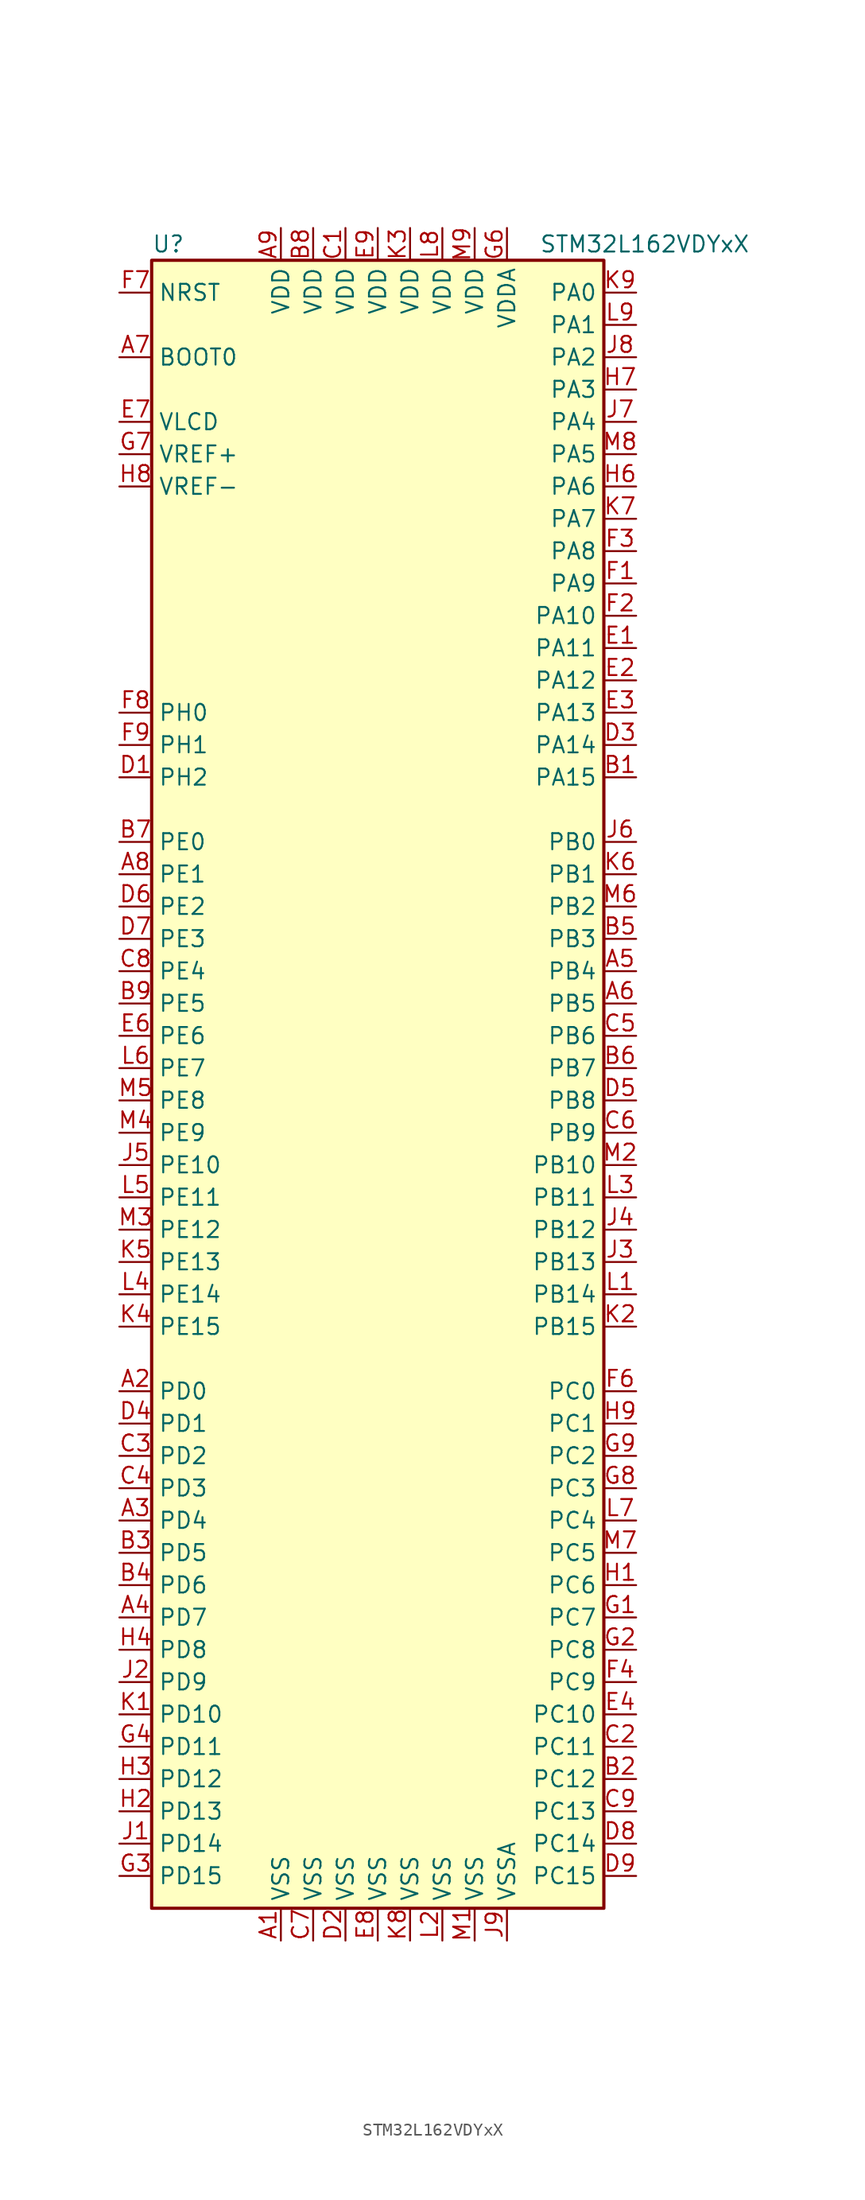
<source format=kicad_sym>
(kicad_symbol_lib
  (version 20201005)
  (generator kicad_symbol_editor)
  (symbol "STM32L162VDYxX"
    (property "Reference" "U"
      (at -17.78 64.77 0)
      (effects (font (size 1.27 1.27)) (justify left)))
    (property "Value" "STM32L162VDYxX"
      (at 12.7 64.77 0)
      (effects (font (size 1.27 1.27)) (justify left)))
    (symbol "STM32L162VDYxX_0_1"
      (rectangle (start -17.78 -66.04) (end 17.78 63.5) (stroke (width 0.254)) (fill (type background))))
    (symbol "STM32L162VDYxX_1_1"
      (pin power_in line (at -7.62 -68.58 90) (length 2.54) (name "VSS" (effects (font (size 1.27 1.27)))) (number "A1" (effects (font (size 1.27 1.27)))))
      (pin bidirectional line (at -20.32 -25.4 0) (length 2.54) (name "PD0" (effects (font (size 1.27 1.27)))) (number "A2" (effects (font (size 1.27 1.27)))))
      (pin bidirectional line (at -20.32 -35.56 0) (length 2.54) (name "PD4" (effects (font (size 1.27 1.27)))) (number "A3" (effects (font (size 1.27 1.27)))))
      (pin bidirectional line (at -20.32 -43.18 0) (length 2.54) (name "PD7" (effects (font (size 1.27 1.27)))) (number "A4" (effects (font (size 1.27 1.27)))))
      (pin bidirectional line (at 20.32 7.62 180) (length 2.54) (name "PB4" (effects (font (size 1.27 1.27)))) (number "A5" (effects (font (size 1.27 1.27)))))
      (pin bidirectional line (at 20.32 5.08 180) (length 2.54) (name "PB5" (effects (font (size 1.27 1.27)))) (number "A6" (effects (font (size 1.27 1.27)))))
      (pin input line (at -20.32 55.88 0) (length 2.54) (name "BOOT0" (effects (font (size 1.27 1.27)))) (number "A7" (effects (font (size 1.27 1.27)))))
      (pin bidirectional line (at -20.32 15.24 0) (length 2.54) (name "PE1" (effects (font (size 1.27 1.27)))) (number "A8" (effects (font (size 1.27 1.27)))))
      (pin power_in line (at -7.62 66.04 270) (length 2.54) (name "VDD" (effects (font (size 1.27 1.27)))) (number "A9" (effects (font (size 1.27 1.27)))))
      (pin bidirectional line (at 20.32 22.86 180) (length 2.54) (name "PA15" (effects (font (size 1.27 1.27)))) (number "B1" (effects (font (size 1.27 1.27)))))
      (pin bidirectional line (at 20.32 -55.88 180) (length 2.54) (name "PC12" (effects (font (size 1.27 1.27)))) (number "B2" (effects (font (size 1.27 1.27)))))
      (pin bidirectional line (at -20.32 -38.1 0) (length 2.54) (name "PD5" (effects (font (size 1.27 1.27)))) (number "B3" (effects (font (size 1.27 1.27)))))
      (pin bidirectional line (at -20.32 -40.64 0) (length 2.54) (name "PD6" (effects (font (size 1.27 1.27)))) (number "B4" (effects (font (size 1.27 1.27)))))
      (pin bidirectional line (at 20.32 10.16 180) (length 2.54) (name "PB3" (effects (font (size 1.27 1.27)))) (number "B5" (effects (font (size 1.27 1.27)))))
      (pin bidirectional line (at 20.32 0 180) (length 2.54) (name "PB7" (effects (font (size 1.27 1.27)))) (number "B6" (effects (font (size 1.27 1.27)))))
      (pin bidirectional line (at -20.32 17.78 0) (length 2.54) (name "PE0" (effects (font (size 1.27 1.27)))) (number "B7" (effects (font (size 1.27 1.27)))))
      (pin power_in line (at -5.08 66.04 270) (length 2.54) (name "VDD" (effects (font (size 1.27 1.27)))) (number "B8" (effects (font (size 1.27 1.27)))))
      (pin bidirectional line (at -20.32 5.08 0) (length 2.54) (name "PE5" (effects (font (size 1.27 1.27)))) (number "B9" (effects (font (size 1.27 1.27)))))
      (pin power_in line (at -2.54 66.04 270) (length 2.54) (name "VDD" (effects (font (size 1.27 1.27)))) (number "C1" (effects (font (size 1.27 1.27)))))
      (pin bidirectional line (at 20.32 -53.34 180) (length 2.54) (name "PC11" (effects (font (size 1.27 1.27)))) (number "C2" (effects (font (size 1.27 1.27)))))
      (pin bidirectional line (at -20.32 -30.48 0) (length 2.54) (name "PD2" (effects (font (size 1.27 1.27)))) (number "C3" (effects (font (size 1.27 1.27)))))
      (pin bidirectional line (at -20.32 -33.02 0) (length 2.54) (name "PD3" (effects (font (size 1.27 1.27)))) (number "C4" (effects (font (size 1.27 1.27)))))
      (pin bidirectional line (at 20.32 2.54 180) (length 2.54) (name "PB6" (effects (font (size 1.27 1.27)))) (number "C5" (effects (font (size 1.27 1.27)))))
      (pin bidirectional line (at 20.32 -5.08 180) (length 2.54) (name "PB9" (effects (font (size 1.27 1.27)))) (number "C6" (effects (font (size 1.27 1.27)))))
      (pin power_in line (at -5.08 -68.58 90) (length 2.54) (name "VSS" (effects (font (size 1.27 1.27)))) (number "C7" (effects (font (size 1.27 1.27)))))
      (pin bidirectional line (at -20.32 7.62 0) (length 2.54) (name "PE4" (effects (font (size 1.27 1.27)))) (number "C8" (effects (font (size 1.27 1.27)))))
      (pin bidirectional line (at 20.32 -58.42 180) (length 2.54) (name "PC13" (effects (font (size 1.27 1.27)))) (number "C9" (effects (font (size 1.27 1.27)))))
      (pin bidirectional line (at -20.32 22.86 0) (length 2.54) (name "PH2" (effects (font (size 1.27 1.27)))) (number "D1" (effects (font (size 1.27 1.27)))))
      (pin power_in line (at -2.54 -68.58 90) (length 2.54) (name "VSS" (effects (font (size 1.27 1.27)))) (number "D2" (effects (font (size 1.27 1.27)))))
      (pin bidirectional line (at 20.32 25.4 180) (length 2.54) (name "PA14" (effects (font (size 1.27 1.27)))) (number "D3" (effects (font (size 1.27 1.27)))))
      (pin bidirectional line (at -20.32 -27.94 0) (length 2.54) (name "PD1" (effects (font (size 1.27 1.27)))) (number "D4" (effects (font (size 1.27 1.27)))))
      (pin bidirectional line (at 20.32 -2.54 180) (length 2.54) (name "PB8" (effects (font (size 1.27 1.27)))) (number "D5" (effects (font (size 1.27 1.27)))))
      (pin bidirectional line (at -20.32 12.7 0) (length 2.54) (name "PE2" (effects (font (size 1.27 1.27)))) (number "D6" (effects (font (size 1.27 1.27)))))
      (pin bidirectional line (at -20.32 10.16 0) (length 2.54) (name "PE3" (effects (font (size 1.27 1.27)))) (number "D7" (effects (font (size 1.27 1.27)))))
      (pin bidirectional line (at 20.32 -60.96 180) (length 2.54) (name "PC14" (effects (font (size 1.27 1.27)))) (number "D8" (effects (font (size 1.27 1.27)))))
      (pin bidirectional line (at 20.32 -63.5 180) (length 2.54) (name "PC15" (effects (font (size 1.27 1.27)))) (number "D9" (effects (font (size 1.27 1.27)))))
      (pin bidirectional line (at 20.32 33.02 180) (length 2.54) (name "PA11" (effects (font (size 1.27 1.27)))) (number "E1" (effects (font (size 1.27 1.27)))))
      (pin bidirectional line (at 20.32 30.48 180) (length 2.54) (name "PA12" (effects (font (size 1.27 1.27)))) (number "E2" (effects (font (size 1.27 1.27)))))
      (pin bidirectional line (at 20.32 27.94 180) (length 2.54) (name "PA13" (effects (font (size 1.27 1.27)))) (number "E3" (effects (font (size 1.27 1.27)))))
      (pin bidirectional line (at 20.32 -50.8 180) (length 2.54) (name "PC10" (effects (font (size 1.27 1.27)))) (number "E4" (effects (font (size 1.27 1.27)))))
      (pin bidirectional line (at -20.32 2.54 0) (length 2.54) (name "PE6" (effects (font (size 1.27 1.27)))) (number "E6" (effects (font (size 1.27 1.27)))))
      (pin power_in line (at -20.32 50.8 0) (length 2.54) (name "VLCD" (effects (font (size 1.27 1.27)))) (number "E7" (effects (font (size 1.27 1.27)))))
      (pin power_in line (at 0 -68.58 90) (length 2.54) (name "VSS" (effects (font (size 1.27 1.27)))) (number "E8" (effects (font (size 1.27 1.27)))))
      (pin power_in line (at 0 66.04 270) (length 2.54) (name "VDD" (effects (font (size 1.27 1.27)))) (number "E9" (effects (font (size 1.27 1.27)))))
      (pin bidirectional line (at 20.32 38.1 180) (length 2.54) (name "PA9" (effects (font (size 1.27 1.27)))) (number "F1" (effects (font (size 1.27 1.27)))))
      (pin bidirectional line (at 20.32 35.56 180) (length 2.54) (name "PA10" (effects (font (size 1.27 1.27)))) (number "F2" (effects (font (size 1.27 1.27)))))
      (pin bidirectional line (at 20.32 40.64 180) (length 2.54) (name "PA8" (effects (font (size 1.27 1.27)))) (number "F3" (effects (font (size 1.27 1.27)))))
      (pin bidirectional line (at 20.32 -48.26 180) (length 2.54) (name "PC9" (effects (font (size 1.27 1.27)))) (number "F4" (effects (font (size 1.27 1.27)))))
      (pin bidirectional line (at 20.32 -25.4 180) (length 2.54) (name "PC0" (effects (font (size 1.27 1.27)))) (number "F6" (effects (font (size 1.27 1.27)))))
      (pin input line (at -20.32 60.96 0) (length 2.54) (name "NRST" (effects (font (size 1.27 1.27)))) (number "F7" (effects (font (size 1.27 1.27)))))
      (pin input line (at -20.32 27.94 0) (length 2.54) (name "PH0" (effects (font (size 1.27 1.27)))) (number "F8" (effects (font (size 1.27 1.27)))))
      (pin input line (at -20.32 25.4 0) (length 2.54) (name "PH1" (effects (font (size 1.27 1.27)))) (number "F9" (effects (font (size 1.27 1.27)))))
      (pin bidirectional line (at 20.32 -43.18 180) (length 2.54) (name "PC7" (effects (font (size 1.27 1.27)))) (number "G1" (effects (font (size 1.27 1.27)))))
      (pin bidirectional line (at 20.32 -45.72 180) (length 2.54) (name "PC8" (effects (font (size 1.27 1.27)))) (number "G2" (effects (font (size 1.27 1.27)))))
      (pin bidirectional line (at -20.32 -63.5 0) (length 2.54) (name "PD15" (effects (font (size 1.27 1.27)))) (number "G3" (effects (font (size 1.27 1.27)))))
      (pin bidirectional line (at -20.32 -53.34 0) (length 2.54) (name "PD11" (effects (font (size 1.27 1.27)))) (number "G4" (effects (font (size 1.27 1.27)))))
      (pin power_in line (at 10.16 66.04 270) (length 2.54) (name "VDDA" (effects (font (size 1.27 1.27)))) (number "G6" (effects (font (size 1.27 1.27)))))
      (pin power_in line (at -20.32 48.26 0) (length 2.54) (name "VREF+" (effects (font (size 1.27 1.27)))) (number "G7" (effects (font (size 1.27 1.27)))))
      (pin bidirectional line (at 20.32 -33.02 180) (length 2.54) (name "PC3" (effects (font (size 1.27 1.27)))) (number "G8" (effects (font (size 1.27 1.27)))))
      (pin bidirectional line (at 20.32 -30.48 180) (length 2.54) (name "PC2" (effects (font (size 1.27 1.27)))) (number "G9" (effects (font (size 1.27 1.27)))))
      (pin bidirectional line (at 20.32 -40.64 180) (length 2.54) (name "PC6" (effects (font (size 1.27 1.27)))) (number "H1" (effects (font (size 1.27 1.27)))))
      (pin bidirectional line (at -20.32 -58.42 0) (length 2.54) (name "PD13" (effects (font (size 1.27 1.27)))) (number "H2" (effects (font (size 1.27 1.27)))))
      (pin bidirectional line (at -20.32 -55.88 0) (length 2.54) (name "PD12" (effects (font (size 1.27 1.27)))) (number "H3" (effects (font (size 1.27 1.27)))))
      (pin bidirectional line (at -20.32 -45.72 0) (length 2.54) (name "PD8" (effects (font (size 1.27 1.27)))) (number "H4" (effects (font (size 1.27 1.27)))))
      (pin bidirectional line (at 20.32 45.72 180) (length 2.54) (name "PA6" (effects (font (size 1.27 1.27)))) (number "H6" (effects (font (size 1.27 1.27)))))
      (pin bidirectional line (at 20.32 53.34 180) (length 2.54) (name "PA3" (effects (font (size 1.27 1.27)))) (number "H7" (effects (font (size 1.27 1.27)))))
      (pin power_in line (at -20.32 45.72 0) (length 2.54) (name "VREF-" (effects (font (size 1.27 1.27)))) (number "H8" (effects (font (size 1.27 1.27)))))
      (pin bidirectional line (at 20.32 -27.94 180) (length 2.54) (name "PC1" (effects (font (size 1.27 1.27)))) (number "H9" (effects (font (size 1.27 1.27)))))
      (pin bidirectional line (at -20.32 -60.96 0) (length 2.54) (name "PD14" (effects (font (size 1.27 1.27)))) (number "J1" (effects (font (size 1.27 1.27)))))
      (pin bidirectional line (at -20.32 -48.26 0) (length 2.54) (name "PD9" (effects (font (size 1.27 1.27)))) (number "J2" (effects (font (size 1.27 1.27)))))
      (pin bidirectional line (at 20.32 -15.24 180) (length 2.54) (name "PB13" (effects (font (size 1.27 1.27)))) (number "J3" (effects (font (size 1.27 1.27)))))
      (pin bidirectional line (at 20.32 -12.7 180) (length 2.54) (name "PB12" (effects (font (size 1.27 1.27)))) (number "J4" (effects (font (size 1.27 1.27)))))
      (pin bidirectional line (at -20.32 -7.62 0) (length 2.54) (name "PE10" (effects (font (size 1.27 1.27)))) (number "J5" (effects (font (size 1.27 1.27)))))
      (pin bidirectional line (at 20.32 17.78 180) (length 2.54) (name "PB0" (effects (font (size 1.27 1.27)))) (number "J6" (effects (font (size 1.27 1.27)))))
      (pin bidirectional line (at 20.32 50.8 180) (length 2.54) (name "PA4" (effects (font (size 1.27 1.27)))) (number "J7" (effects (font (size 1.27 1.27)))))
      (pin bidirectional line (at 20.32 55.88 180) (length 2.54) (name "PA2" (effects (font (size 1.27 1.27)))) (number "J8" (effects (font (size 1.27 1.27)))))
      (pin power_in line (at 10.16 -68.58 90) (length 2.54) (name "VSSA" (effects (font (size 1.27 1.27)))) (number "J9" (effects (font (size 1.27 1.27)))))
      (pin bidirectional line (at -20.32 -50.8 0) (length 2.54) (name "PD10" (effects (font (size 1.27 1.27)))) (number "K1" (effects (font (size 1.27 1.27)))))
      (pin bidirectional line (at 20.32 -20.32 180) (length 2.54) (name "PB15" (effects (font (size 1.27 1.27)))) (number "K2" (effects (font (size 1.27 1.27)))))
      (pin power_in line (at 2.54 66.04 270) (length 2.54) (name "VDD" (effects (font (size 1.27 1.27)))) (number "K3" (effects (font (size 1.27 1.27)))))
      (pin bidirectional line (at -20.32 -20.32 0) (length 2.54) (name "PE15" (effects (font (size 1.27 1.27)))) (number "K4" (effects (font (size 1.27 1.27)))))
      (pin bidirectional line (at -20.32 -15.24 0) (length 2.54) (name "PE13" (effects (font (size 1.27 1.27)))) (number "K5" (effects (font (size 1.27 1.27)))))
      (pin bidirectional line (at 20.32 15.24 180) (length 2.54) (name "PB1" (effects (font (size 1.27 1.27)))) (number "K6" (effects (font (size 1.27 1.27)))))
      (pin bidirectional line (at 20.32 43.18 180) (length 2.54) (name "PA7" (effects (font (size 1.27 1.27)))) (number "K7" (effects (font (size 1.27 1.27)))))
      (pin power_in line (at 2.54 -68.58 90) (length 2.54) (name "VSS" (effects (font (size 1.27 1.27)))) (number "K8" (effects (font (size 1.27 1.27)))))
      (pin bidirectional line (at 20.32 60.96 180) (length 2.54) (name "PA0" (effects (font (size 1.27 1.27)))) (number "K9" (effects (font (size 1.27 1.27)))))
      (pin bidirectional line (at 20.32 -17.78 180) (length 2.54) (name "PB14" (effects (font (size 1.27 1.27)))) (number "L1" (effects (font (size 1.27 1.27)))))
      (pin power_in line (at 5.08 -68.58 90) (length 2.54) (name "VSS" (effects (font (size 1.27 1.27)))) (number "L2" (effects (font (size 1.27 1.27)))))
      (pin bidirectional line (at 20.32 -10.16 180) (length 2.54) (name "PB11" (effects (font (size 1.27 1.27)))) (number "L3" (effects (font (size 1.27 1.27)))))
      (pin bidirectional line (at -20.32 -17.78 0) (length 2.54) (name "PE14" (effects (font (size 1.27 1.27)))) (number "L4" (effects (font (size 1.27 1.27)))))
      (pin bidirectional line (at -20.32 -10.16 0) (length 2.54) (name "PE11" (effects (font (size 1.27 1.27)))) (number "L5" (effects (font (size 1.27 1.27)))))
      (pin bidirectional line (at -20.32 0 0) (length 2.54) (name "PE7" (effects (font (size 1.27 1.27)))) (number "L6" (effects (font (size 1.27 1.27)))))
      (pin bidirectional line (at 20.32 -35.56 180) (length 2.54) (name "PC4" (effects (font (size 1.27 1.27)))) (number "L7" (effects (font (size 1.27 1.27)))))
      (pin power_in line (at 5.08 66.04 270) (length 2.54) (name "VDD" (effects (font (size 1.27 1.27)))) (number "L8" (effects (font (size 1.27 1.27)))))
      (pin bidirectional line (at 20.32 58.42 180) (length 2.54) (name "PA1" (effects (font (size 1.27 1.27)))) (number "L9" (effects (font (size 1.27 1.27)))))
      (pin power_in line (at 7.62 -68.58 90) (length 2.54) (name "VSS" (effects (font (size 1.27 1.27)))) (number "M1" (effects (font (size 1.27 1.27)))))
      (pin bidirectional line (at 20.32 -7.62 180) (length 2.54) (name "PB10" (effects (font (size 1.27 1.27)))) (number "M2" (effects (font (size 1.27 1.27)))))
      (pin bidirectional line (at -20.32 -12.7 0) (length 2.54) (name "PE12" (effects (font (size 1.27 1.27)))) (number "M3" (effects (font (size 1.27 1.27)))))
      (pin bidirectional line (at -20.32 -5.08 0) (length 2.54) (name "PE9" (effects (font (size 1.27 1.27)))) (number "M4" (effects (font (size 1.27 1.27)))))
      (pin bidirectional line (at -20.32 -2.54 0) (length 2.54) (name "PE8" (effects (font (size 1.27 1.27)))) (number "M5" (effects (font (size 1.27 1.27)))))
      (pin bidirectional line (at 20.32 12.7 180) (length 2.54) (name "PB2" (effects (font (size 1.27 1.27)))) (number "M6" (effects (font (size 1.27 1.27)))))
      (pin bidirectional line (at 20.32 -38.1 180) (length 2.54) (name "PC5" (effects (font (size 1.27 1.27)))) (number "M7" (effects (font (size 1.27 1.27)))))
      (pin bidirectional line (at 20.32 48.26 180) (length 2.54) (name "PA5" (effects (font (size 1.27 1.27)))) (number "M8" (effects (font (size 1.27 1.27)))))
      (pin power_in line (at 7.62 66.04 270) (length 2.54) (name "VDD" (effects (font (size 1.27 1.27)))) (number "M9" (effects (font (size 1.27 1.27))))))))
</source>
